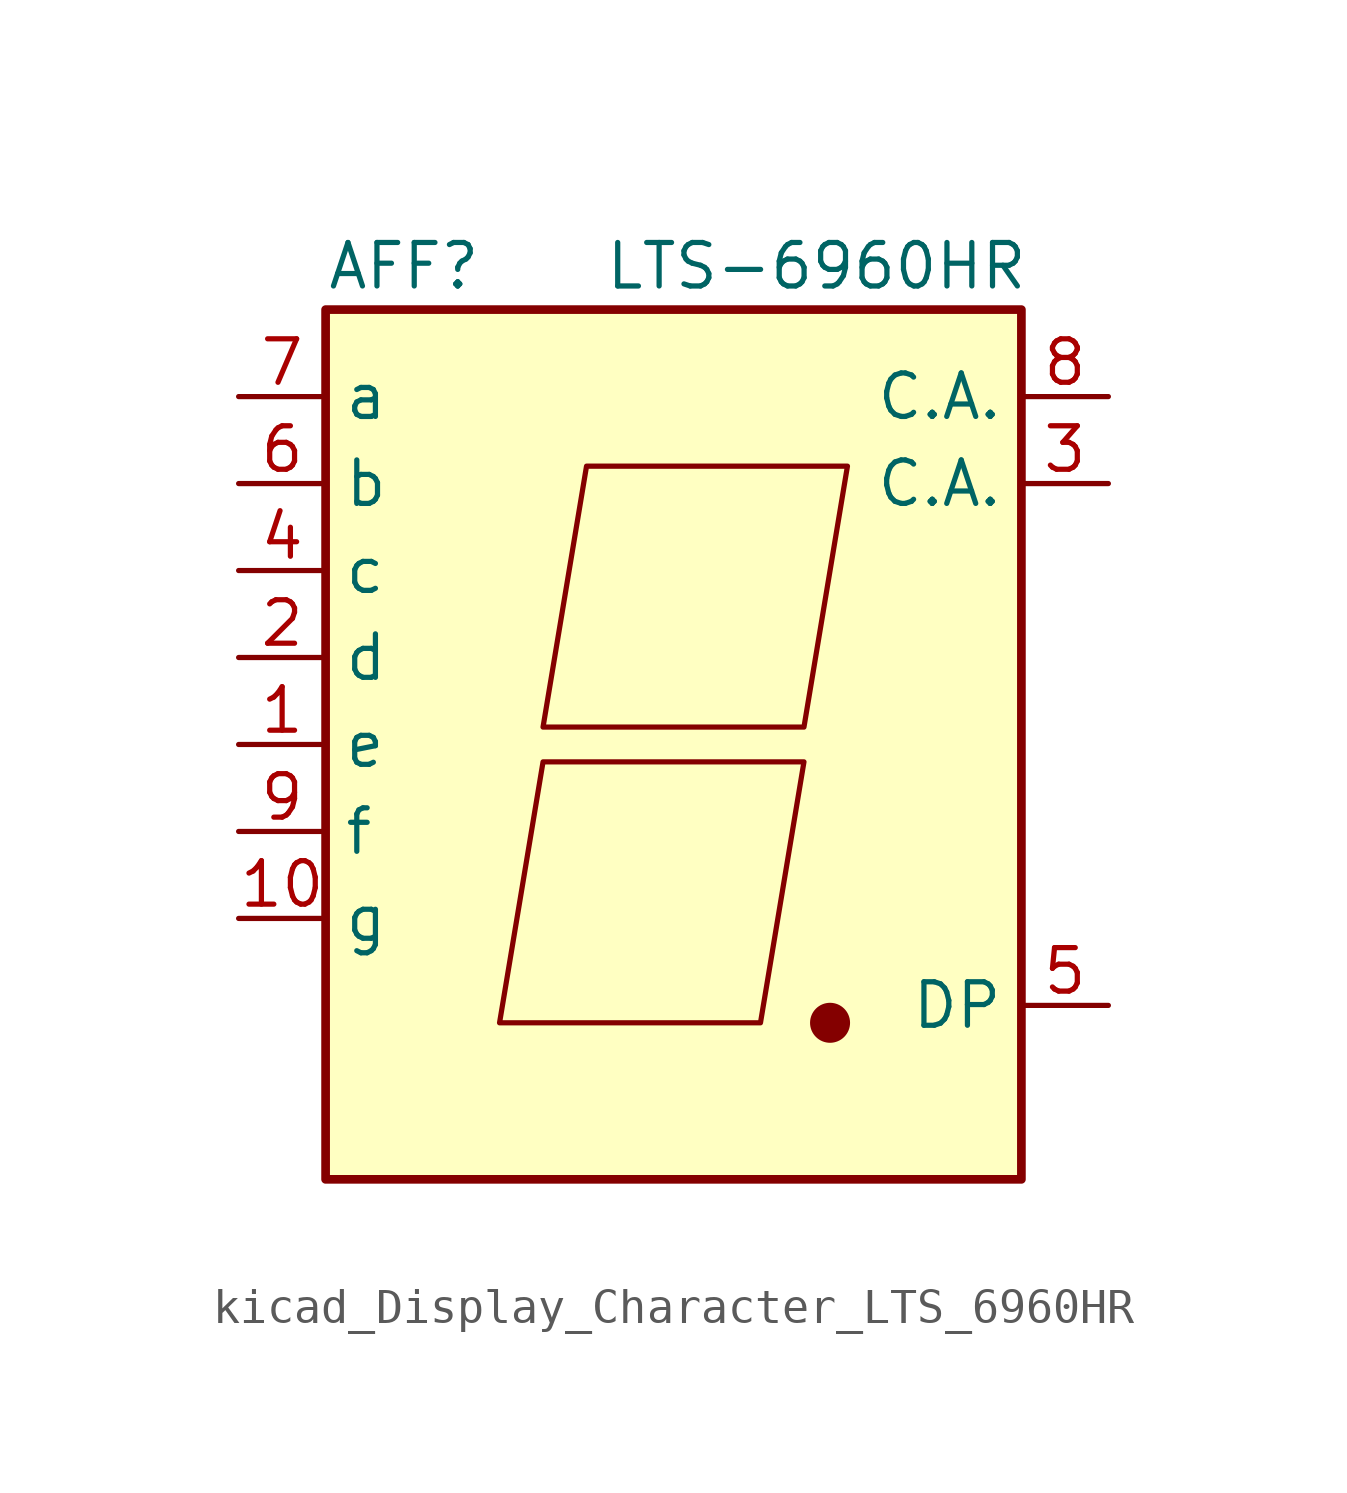
<source format=kicad_sym>
(kicad_symbol_lib
  (version 20220914)
  (generator kicad_symbol_editor)
  (symbol "kicad_Display_Character_LTS_6960HR"
    (property "Reference" "AFF"
      (at -7.874 13.97 0)
      (effects (font (size 1.27 1.27))))
    (property "Value" "LTS-6960HR"
      (at -2.032 13.97 0)
      (effects (font (size 1.27 1.27)) (justify left)))
    (symbol "kicad_Display_Character_LTS_6960HR_0_1"
      (rectangle (start -10.16 12.7) (end 10.16 -12.7) (stroke (width 0.254) (type default)) (fill (type background)))
      (polyline (pts (xy -3.81 -0.508) (xy 3.81 -0.508) (xy 2.54 -8.128) (xy -5.08 -8.128) (xy -3.81 -0.508) (xy -3.81 -0.508)) (stroke (width 0) (type default)) (fill (type none)))
      (polyline (pts (xy -2.54 8.128) (xy 5.08 8.128) (xy 3.81 0.508) (xy -3.81 0.508) (xy -2.54 8.128) (xy -2.54 8.128)) (stroke (width 0) (type default)) (fill (type none)))
      (circle (center 4.572 -8.128) (radius 0.508) (stroke (width 0) (type default)) (fill (type outline))))
    (symbol "kicad_Display_Character_LTS_6960HR_1_1"
      (pin passive line (at -12.7 0 0) (length 2.54) (name "e" (effects (font (size 1.27 1.27)))) (number "1" (effects (font (size 1.27 1.27)))))
      (pin passive line (at -12.7 -5.08 0) (length 2.54) (name "g" (effects (font (size 1.27 1.27)))) (number "10" (effects (font (size 1.27 1.27)))))
      (pin passive line (at -12.7 2.54 0) (length 2.54) (name "d" (effects (font (size 1.27 1.27)))) (number "2" (effects (font (size 1.27 1.27)))))
      (pin passive line (at 12.7 7.62 180) (length 2.54) (name "C.A." (effects (font (size 1.27 1.27)))) (number "3" (effects (font (size 1.27 1.27)))))
      (pin passive line (at -12.7 5.08 0) (length 2.54) (name "c" (effects (font (size 1.27 1.27)))) (number "4" (effects (font (size 1.27 1.27)))))
      (pin passive line (at 12.7 -7.62 180) (length 2.54) (name "DP" (effects (font (size 1.27 1.27)))) (number "5" (effects (font (size 1.27 1.27)))))
      (pin passive line (at -12.7 7.62 0) (length 2.54) (name "b" (effects (font (size 1.27 1.27)))) (number "6" (effects (font (size 1.27 1.27)))))
      (pin passive line (at -12.7 10.16 0) (length 2.54) (name "a" (effects (font (size 1.27 1.27)))) (number "7" (effects (font (size 1.27 1.27)))))
      (pin passive line (at 12.7 10.16 180) (length 2.54) (name "C.A." (effects (font (size 1.27 1.27)))) (number "8" (effects (font (size 1.27 1.27)))))
      (pin passive line (at -12.7 -2.54 0) (length 2.54) (name "f" (effects (font (size 1.27 1.27)))) (number "9" (effects (font (size 1.27 1.27))))))))
</source>
